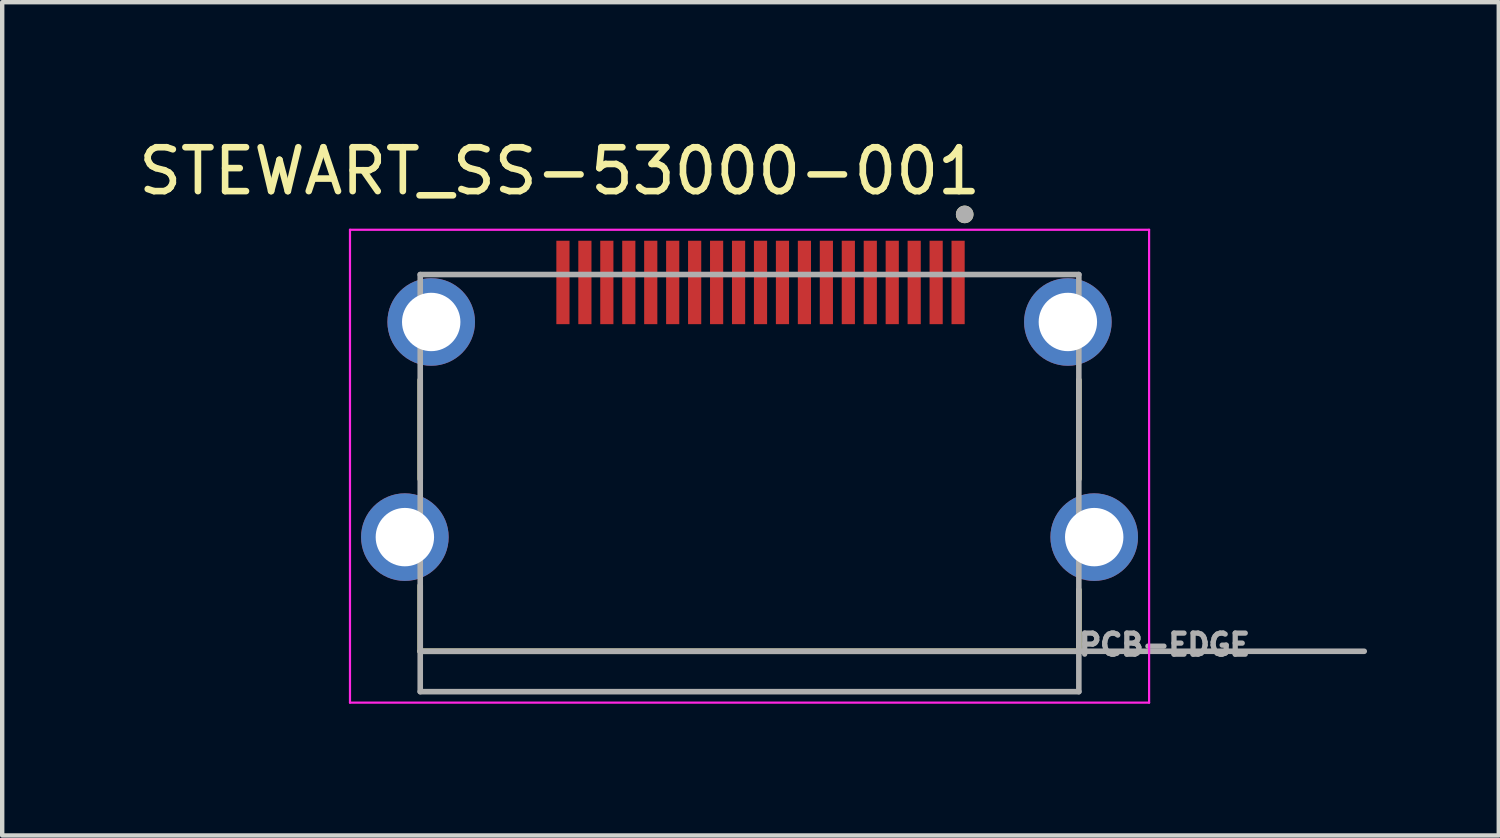
<source format=kicad_pcb>
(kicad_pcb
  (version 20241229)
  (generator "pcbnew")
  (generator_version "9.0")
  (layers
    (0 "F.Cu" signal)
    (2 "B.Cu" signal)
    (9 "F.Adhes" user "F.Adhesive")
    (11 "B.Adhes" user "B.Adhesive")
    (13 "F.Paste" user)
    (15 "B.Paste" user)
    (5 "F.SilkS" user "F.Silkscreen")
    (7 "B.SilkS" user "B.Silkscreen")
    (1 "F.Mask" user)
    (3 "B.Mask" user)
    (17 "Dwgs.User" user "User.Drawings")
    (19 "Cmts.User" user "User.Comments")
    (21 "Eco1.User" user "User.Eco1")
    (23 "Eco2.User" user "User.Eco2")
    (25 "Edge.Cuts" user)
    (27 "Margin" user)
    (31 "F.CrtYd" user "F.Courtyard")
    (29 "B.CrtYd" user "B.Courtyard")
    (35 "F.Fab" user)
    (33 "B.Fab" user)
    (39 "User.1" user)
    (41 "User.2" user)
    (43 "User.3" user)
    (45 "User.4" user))
  (footprint "STEWART_SS-53000-001"
    (layer "F.Cu")
    (at 14.021 3.383)
    (property "Reference" "STEWART_SS-53000-001" (at -4.325 -2.535 0) (layer "F.SilkS") (effects (font (size 1 1) (thickness 0.15))))
    (attr through_hole)
    (fp_line (start -7.5 2.22) (end -7.5 4.48) (stroke (width 0.127) (type solid)) (layer "F.SilkS"))
    (fp_line (start -7.5 6.9) (end -7.5 8.4) (stroke (width 0.127) (type solid)) (layer "F.SilkS"))
    (fp_line (start -7.5 8.4) (end 7.5 8.4) (stroke (width 0.127) (type solid)) (layer "F.SilkS"))
    (fp_line (start 7.5 2.22) (end 7.5 4.48) (stroke (width 0.127) (type solid)) (layer "F.SilkS"))
    (fp_line (start 7.5 8.4) (end 7.5 7) (stroke (width 0.127) (type solid)) (layer "F.SilkS"))
    (fp_circle (center 4.9 -1.55) (end 5 -1.55) (stroke (width 0.2) (type solid)) (fill no) (layer "F.SilkS"))
    (fp_line (start -9.1 -1.2) (end 9.1 -1.2) (stroke (width 0.05) (type solid)) (layer "F.CrtYd"))
    (fp_line (start -9.1 9.57) (end -9.1 -1.2) (stroke (width 0.05) (type solid)) (layer "F.CrtYd"))
    (fp_line (start 9.1 -1.2) (end 9.1 9.57) (stroke (width 0.05) (type solid)) (layer "F.CrtYd"))
    (fp_line (start 9.1 9.57) (end -9.1 9.57) (stroke (width 0.05) (type solid)) (layer "F.CrtYd"))
    (fp_line (start -7.5 -0.18) (end 7.5 -0.18) (stroke (width 0.127) (type solid)) (layer "F.Fab"))
    (fp_line (start -7.5 8.4) (end -7.5 -0.18) (stroke (width 0.127) (type solid)) (layer "F.Fab"))
    (fp_line (start -7.5 8.4) (end 14 8.4) (stroke (width 0.127) (type solid)) (layer "F.Fab"))
    (fp_line (start -7.5 9.32) (end -7.5 8.4) (stroke (width 0.127) (type solid)) (layer "F.Fab"))
    (fp_line (start 7.5 -0.18) (end 7.5 9.32) (stroke (width 0.127) (type solid)) (layer "F.Fab"))
    (fp_line (start 7.5 9.32) (end -7.5 9.32) (stroke (width 0.127) (type solid)) (layer "F.Fab"))
    (fp_circle (center 4.9 -1.55) (end 5 -1.55) (stroke (width 0.2) (type solid)) (fill no) (layer "F.Fab"))
    (fp_text user "PCB-EDGE" (at 9.45 8.25 0) (layer "F.Fab") (effects (font (size 0.48 0.48) (thickness 0.15))))
    (pad "1" smd rect (at 4.75 0) (size 0.3 1.9) (layers "F.Cu" "F.Mask" "F.Paste"))
    (pad "2" smd rect (at 4.25 0) (size 0.3 1.9) (layers "F.Cu" "F.Mask" "F.Paste"))
    (pad "3" smd rect (at 3.75 0) (size 0.3 1.9) (layers "F.Cu" "F.Mask" "F.Paste"))
    (pad "4" smd rect (at 3.25 0) (size 0.3 1.9) (layers "F.Cu" "F.Mask" "F.Paste"))
    (pad "5" smd rect (at 2.75 0) (size 0.3 1.9) (layers "F.Cu" "F.Mask" "F.Paste"))
    (pad "6" smd rect (at 2.25 0) (size 0.3 1.9) (layers "F.Cu" "F.Mask" "F.Paste"))
    (pad "7" smd rect (at 1.75 0) (size 0.3 1.9) (layers "F.Cu" "F.Mask" "F.Paste"))
    (pad "8" smd rect (at 1.25 0) (size 0.3 1.9) (layers "F.Cu" "F.Mask" "F.Paste"))
    (pad "9" smd rect (at 0.75 0) (size 0.3 1.9) (layers "F.Cu" "F.Mask" "F.Paste"))
    (pad "10" smd rect (at 0.25 0) (size 0.3 1.9) (layers "F.Cu" "F.Mask" "F.Paste"))
    (pad "11" smd rect (at -0.25 0) (size 0.3 1.9) (layers "F.Cu" "F.Mask" "F.Paste"))
    (pad "12" smd rect (at -0.75 0) (size 0.3 1.9) (layers "F.Cu" "F.Mask" "F.Paste"))
    (pad "13" smd rect (at -1.25 0) (size 0.3 1.9) (layers "F.Cu" "F.Mask" "F.Paste"))
    (pad "14" smd rect (at -1.75 0) (size 0.3 1.9) (layers "F.Cu" "F.Mask" "F.Paste"))
    (pad "15" smd rect (at -2.25 0) (size 0.3 1.9) (layers "F.Cu" "F.Mask" "F.Paste"))
    (pad "16" smd rect (at -2.75 0) (size 0.3 1.9) (layers "F.Cu" "F.Mask" "F.Paste"))
    (pad "17" smd rect (at -3.25 0) (size 0.3 1.9) (layers "F.Cu" "F.Mask" "F.Paste"))
    (pad "18" smd rect (at -3.75 0) (size 0.3 1.9) (layers "F.Cu" "F.Mask" "F.Paste"))
    (pad "19" smd rect (at -4.25 0) (size 0.3 1.9) (layers "F.Cu" "F.Mask" "F.Paste"))
    (pad "S1" thru_hole circle (at 7.25 0.9) (size 1.995 1.995) (drill 1.33) (layers "*.Cu" "*.Mask"))
    (pad "S2" thru_hole circle (at -7.25 0.9) (size 1.995 1.995) (drill 1.33) (layers "*.Cu" "*.Mask"))
    (pad "S3" thru_hole circle (at -7.85 5.8) (size 1.995 1.995) (drill 1.33) (layers "*.Cu" "*.Mask"))
    (pad "S4" thru_hole circle (at 7.85 5.8) (size 1.995 1.995) (drill 1.33) (layers "*.Cu" "*.Mask")))
  (gr_rect
    (start -3 -3)
    (end 31.085 15.978)
    (stroke (width 0.1) (type default))
    (fill no)
    (layer "Edge.Cuts")))
</source>
